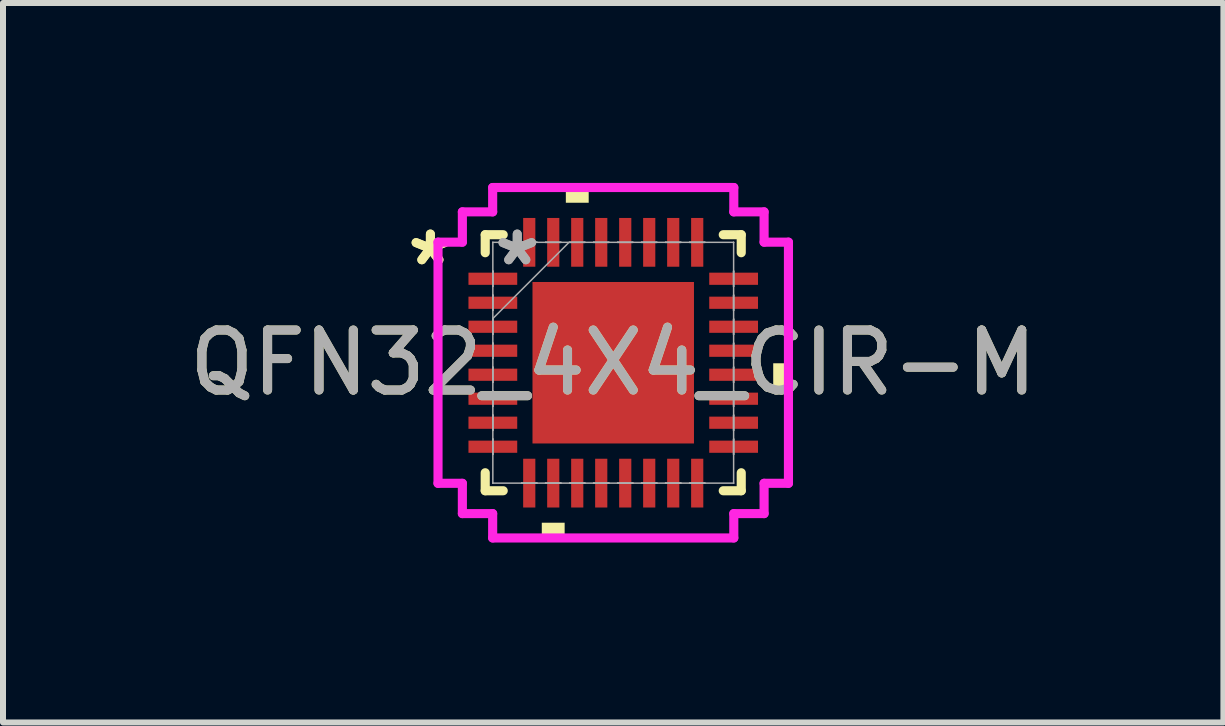
<source format=kicad_pcb>
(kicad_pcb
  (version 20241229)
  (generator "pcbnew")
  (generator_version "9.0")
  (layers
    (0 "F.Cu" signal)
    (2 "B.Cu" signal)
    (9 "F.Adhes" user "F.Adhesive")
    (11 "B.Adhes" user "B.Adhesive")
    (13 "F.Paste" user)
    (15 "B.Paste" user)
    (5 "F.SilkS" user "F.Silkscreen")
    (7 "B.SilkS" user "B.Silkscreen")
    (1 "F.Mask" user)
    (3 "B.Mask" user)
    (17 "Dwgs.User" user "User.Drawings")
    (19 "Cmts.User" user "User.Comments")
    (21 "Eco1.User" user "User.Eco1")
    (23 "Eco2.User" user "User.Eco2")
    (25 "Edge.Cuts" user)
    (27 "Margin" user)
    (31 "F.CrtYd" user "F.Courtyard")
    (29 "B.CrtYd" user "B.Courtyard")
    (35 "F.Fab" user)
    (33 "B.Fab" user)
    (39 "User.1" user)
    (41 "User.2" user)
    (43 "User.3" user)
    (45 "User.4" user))
  (footprint "QFN32_4X4_CIR-M"
    (layer "F.Cu")
    (at 7.173 2.997)
    (property "Reference" "QFN32_4X4_CIR-M" (at 0 0 0) (unlocked yes) (layer "F.SilkS") (effects (font (size 1 1) (thickness 0.15))))
    (attr smd)
    (fp_line (start -2.134 -2.134) (end -2.134 -1.834) (stroke (width 0.152) (type solid)) (layer "F.SilkS"))
    (fp_line (start -2.134 1.834) (end -2.134 2.134) (stroke (width 0.152) (type solid)) (layer "F.SilkS"))
    (fp_line (start -2.134 2.134) (end -1.834 2.134) (stroke (width 0.152) (type solid)) (layer "F.SilkS"))
    (fp_line (start -1.834 -2.134) (end -2.134 -2.134) (stroke (width 0.152) (type solid)) (layer "F.SilkS"))
    (fp_line (start 1.834 2.134) (end 2.134 2.134) (stroke (width 0.152) (type solid)) (layer "F.SilkS"))
    (fp_line (start 2.134 -2.134) (end 1.834 -2.134) (stroke (width 0.152) (type solid)) (layer "F.SilkS"))
    (fp_line (start 2.134 -1.834) (end 2.134 -2.134) (stroke (width 0.152) (type solid)) (layer "F.SilkS"))
    (fp_line (start 2.134 2.134) (end 2.134 1.834) (stroke (width 0.152) (type solid)) (layer "F.SilkS"))
    (fp_poly (pts (xy -1.191 2.667) (xy -1.191 2.921) (xy -0.81 2.921) (xy -0.81 2.667)) (stroke (width 0) (type solid)) (fill yes) (layer "F.SilkS"))
    (fp_poly (pts (xy -0.79 -2.667) (xy -0.79 -2.921) (xy -0.409 -2.921) (xy -0.409 -2.667)) (stroke (width 0) (type solid)) (fill yes) (layer "F.SilkS"))
    (fp_poly (pts (xy 2.921 0.009) (xy 2.921 0.391) (xy 2.667 0.391) (xy 2.667 0.009)) (stroke (width 0) (type solid)) (fill yes) (layer "F.SilkS"))
    (fp_poly (pts (xy -1.246 -1.246) (xy -1.246 -0.1) (xy -0.1 -0.1) (xy -0.1 -1.246)) (stroke (width 0) (type solid)) (fill yes) (layer "F.Paste"))
    (fp_poly (pts (xy -1.246 0.1) (xy -1.246 1.246) (xy -0.1 1.246) (xy -0.1 0.1)) (stroke (width 0) (type solid)) (fill yes) (layer "F.Paste"))
    (fp_poly (pts (xy 0.1 -1.246) (xy 0.1 -0.1) (xy 1.246 -0.1) (xy 1.246 -1.246)) (stroke (width 0) (type solid)) (fill yes) (layer "F.Paste"))
    (fp_poly (pts (xy 0.1 0.1) (xy 0.1 1.246) (xy 1.246 1.246) (xy 1.246 0.1)) (stroke (width 0) (type solid)) (fill yes) (layer "F.Paste"))
    (fp_line (start -2.921 -2.01) (end -2.515 -2.01) (stroke (width 0.152) (type solid)) (layer "F.CrtYd"))
    (fp_line (start -2.921 2.01) (end -2.921 -2.01) (stroke (width 0.152) (type solid)) (layer "F.CrtYd"))
    (fp_line (start -2.515 -2.515) (end -2.01 -2.515) (stroke (width 0.152) (type solid)) (layer "F.CrtYd"))
    (fp_line (start -2.515 -2.01) (end -2.515 -2.515) (stroke (width 0.152) (type solid)) (layer "F.CrtYd"))
    (fp_line (start -2.515 2.01) (end -2.921 2.01) (stroke (width 0.152) (type solid)) (layer "F.CrtYd"))
    (fp_line (start -2.515 2.515) (end -2.515 2.01) (stroke (width 0.152) (type solid)) (layer "F.CrtYd"))
    (fp_line (start -2.01 -2.921) (end 2.01 -2.921) (stroke (width 0.152) (type solid)) (layer "F.CrtYd"))
    (fp_line (start -2.01 -2.515) (end -2.01 -2.921) (stroke (width 0.152) (type solid)) (layer "F.CrtYd"))
    (fp_line (start -2.01 2.515) (end -2.515 2.515) (stroke (width 0.152) (type solid)) (layer "F.CrtYd"))
    (fp_line (start -2.01 2.921) (end -2.01 2.515) (stroke (width 0.152) (type solid)) (layer "F.CrtYd"))
    (fp_line (start 2.01 -2.921) (end 2.01 -2.515) (stroke (width 0.152) (type solid)) (layer "F.CrtYd"))
    (fp_line (start 2.01 -2.515) (end 2.515 -2.515) (stroke (width 0.152) (type solid)) (layer "F.CrtYd"))
    (fp_line (start 2.01 2.515) (end 2.01 2.921) (stroke (width 0.152) (type solid)) (layer "F.CrtYd"))
    (fp_line (start 2.01 2.921) (end -2.01 2.921) (stroke (width 0.152) (type solid)) (layer "F.CrtYd"))
    (fp_line (start 2.515 -2.515) (end 2.515 -2.01) (stroke (width 0.152) (type solid)) (layer "F.CrtYd"))
    (fp_line (start 2.515 -2.01) (end 2.921 -2.01) (stroke (width 0.152) (type solid)) (layer "F.CrtYd"))
    (fp_line (start 2.515 2.01) (end 2.515 2.515) (stroke (width 0.152) (type solid)) (layer "F.CrtYd"))
    (fp_line (start 2.515 2.515) (end 2.01 2.515) (stroke (width 0.152) (type solid)) (layer "F.CrtYd"))
    (fp_line (start 2.921 -2.01) (end 2.921 2.01) (stroke (width 0.152) (type solid)) (layer "F.CrtYd"))
    (fp_line (start 2.921 2.01) (end 2.515 2.01) (stroke (width 0.152) (type solid)) (layer "F.CrtYd"))
    (fp_line (start -2.007 -2.007) (end -2.007 -2.007) (stroke (width 0.025) (type solid)) (layer "F.Fab"))
    (fp_line (start -2.007 -2.007) (end -2.007 2.007) (stroke (width 0.025) (type solid)) (layer "F.Fab"))
    (fp_line (start -2.007 -1.527) (end -2.007 -1.527) (stroke (width 0.025) (type solid)) (layer "F.Fab"))
    (fp_line (start -2.007 -1.527) (end -2.007 -1.273) (stroke (width 0.025) (type solid)) (layer "F.Fab"))
    (fp_line (start -2.007 -1.273) (end -2.007 -1.527) (stroke (width 0.025) (type solid)) (layer "F.Fab"))
    (fp_line (start -2.007 -1.273) (end -2.007 -1.273) (stroke (width 0.025) (type solid)) (layer "F.Fab"))
    (fp_line (start -2.007 -1.127) (end -2.007 -1.127) (stroke (width 0.025) (type solid)) (layer "F.Fab"))
    (fp_line (start -2.007 -1.127) (end -2.007 -0.873) (stroke (width 0.025) (type solid)) (layer "F.Fab"))
    (fp_line (start -2.007 -0.873) (end -2.007 -1.127) (stroke (width 0.025) (type solid)) (layer "F.Fab"))
    (fp_line (start -2.007 -0.873) (end -2.007 -0.873) (stroke (width 0.025) (type solid)) (layer "F.Fab"))
    (fp_line (start -2.007 -0.737) (end -0.737 -2.007) (stroke (width 0.025) (type solid)) (layer "F.Fab"))
    (fp_line (start -2.007 -0.727) (end -2.007 -0.727) (stroke (width 0.025) (type solid)) (layer "F.Fab"))
    (fp_line (start -2.007 -0.727) (end -2.007 -0.473) (stroke (width 0.025) (type solid)) (layer "F.Fab"))
    (fp_line (start -2.007 -0.473) (end -2.007 -0.727) (stroke (width 0.025) (type solid)) (layer "F.Fab"))
    (fp_line (start -2.007 -0.473) (end -2.007 -0.473) (stroke (width 0.025) (type solid)) (layer "F.Fab"))
    (fp_line (start -2.007 -0.327) (end -2.007 -0.327) (stroke (width 0.025) (type solid)) (layer "F.Fab"))
    (fp_line (start -2.007 -0.327) (end -2.007 -0.073) (stroke (width 0.025) (type solid)) (layer "F.Fab"))
    (fp_line (start -2.007 -0.073) (end -2.007 -0.327) (stroke (width 0.025) (type solid)) (layer "F.Fab"))
    (fp_line (start -2.007 -0.073) (end -2.007 -0.073) (stroke (width 0.025) (type solid)) (layer "F.Fab"))
    (fp_line (start -2.007 0.073) (end -2.007 0.073) (stroke (width 0.025) (type solid)) (layer "F.Fab"))
    (fp_line (start -2.007 0.073) (end -2.007 0.327) (stroke (width 0.025) (type solid)) (layer "F.Fab"))
    (fp_line (start -2.007 0.327) (end -2.007 0.073) (stroke (width 0.025) (type solid)) (layer "F.Fab"))
    (fp_line (start -2.007 0.327) (end -2.007 0.327) (stroke (width 0.025) (type solid)) (layer "F.Fab"))
    (fp_line (start -2.007 0.473) (end -2.007 0.473) (stroke (width 0.025) (type solid)) (layer "F.Fab"))
    (fp_line (start -2.007 0.473) (end -2.007 0.727) (stroke (width 0.025) (type solid)) (layer "F.Fab"))
    (fp_line (start -2.007 0.727) (end -2.007 0.473) (stroke (width 0.025) (type solid)) (layer "F.Fab"))
    (fp_line (start -2.007 0.727) (end -2.007 0.727) (stroke (width 0.025) (type solid)) (layer "F.Fab"))
    (fp_line (start -2.007 0.873) (end -2.007 0.873) (stroke (width 0.025) (type solid)) (layer "F.Fab"))
    (fp_line (start -2.007 0.873) (end -2.007 1.127) (stroke (width 0.025) (type solid)) (layer "F.Fab"))
    (fp_line (start -2.007 1.127) (end -2.007 0.873) (stroke (width 0.025) (type solid)) (layer "F.Fab"))
    (fp_line (start -2.007 1.127) (end -2.007 1.127) (stroke (width 0.025) (type solid)) (layer "F.Fab"))
    (fp_line (start -2.007 1.273) (end -2.007 1.273) (stroke (width 0.025) (type solid)) (layer "F.Fab"))
    (fp_line (start -2.007 1.273) (end -2.007 1.527) (stroke (width 0.025) (type solid)) (layer "F.Fab"))
    (fp_line (start -2.007 1.527) (end -2.007 1.273) (stroke (width 0.025) (type solid)) (layer "F.Fab"))
    (fp_line (start -2.007 1.527) (end -2.007 1.527) (stroke (width 0.025) (type solid)) (layer "F.Fab"))
    (fp_line (start -2.007 2.007) (end -2.007 2.007) (stroke (width 0.025) (type solid)) (layer "F.Fab"))
    (fp_line (start -2.007 2.007) (end 2.007 2.007) (stroke (width 0.025) (type solid)) (layer "F.Fab"))
    (fp_line (start -1.527 -2.007) (end -1.527 -2.007) (stroke (width 0.025) (type solid)) (layer "F.Fab"))
    (fp_line (start -1.527 -2.007) (end -1.273 -2.007) (stroke (width 0.025) (type solid)) (layer "F.Fab"))
    (fp_line (start -1.527 2.007) (end -1.527 2.007) (stroke (width 0.025) (type solid)) (layer "F.Fab"))
    (fp_line (start -1.527 2.007) (end -1.273 2.007) (stroke (width 0.025) (type solid)) (layer "F.Fab"))
    (fp_line (start -1.273 -2.007) (end -1.527 -2.007) (stroke (width 0.025) (type solid)) (layer "F.Fab"))
    (fp_line (start -1.273 -2.007) (end -1.273 -2.007) (stroke (width 0.025) (type solid)) (layer "F.Fab"))
    (fp_line (start -1.273 2.007) (end -1.527 2.007) (stroke (width 0.025) (type solid)) (layer "F.Fab"))
    (fp_line (start -1.273 2.007) (end -1.273 2.007) (stroke (width 0.025) (type solid)) (layer "F.Fab"))
    (fp_line (start -1.127 -2.007) (end -1.127 -2.007) (stroke (width 0.025) (type solid)) (layer "F.Fab"))
    (fp_line (start -1.127 -2.007) (end -0.873 -2.007) (stroke (width 0.025) (type solid)) (layer "F.Fab"))
    (fp_line (start -1.127 2.007) (end -1.127 2.007) (stroke (width 0.025) (type solid)) (layer "F.Fab"))
    (fp_line (start -1.127 2.007) (end -0.873 2.007) (stroke (width 0.025) (type solid)) (layer "F.Fab"))
    (fp_line (start -0.873 -2.007) (end -1.127 -2.007) (stroke (width 0.025) (type solid)) (layer "F.Fab"))
    (fp_line (start -0.873 -2.007) (end -0.873 -2.007) (stroke (width 0.025) (type solid)) (layer "F.Fab"))
    (fp_line (start -0.873 2.007) (end -1.127 2.007) (stroke (width 0.025) (type solid)) (layer "F.Fab"))
    (fp_line (start -0.873 2.007) (end -0.873 2.007) (stroke (width 0.025) (type solid)) (layer "F.Fab"))
    (fp_line (start -0.727 -2.007) (end -0.727 -2.007) (stroke (width 0.025) (type solid)) (layer "F.Fab"))
    (fp_line (start -0.727 -2.007) (end -0.473 -2.007) (stroke (width 0.025) (type solid)) (layer "F.Fab"))
    (fp_line (start -0.727 2.007) (end -0.727 2.007) (stroke (width 0.025) (type solid)) (layer "F.Fab"))
    (fp_line (start -0.727 2.007) (end -0.473 2.007) (stroke (width 0.025) (type solid)) (layer "F.Fab"))
    (fp_line (start -0.473 -2.007) (end -0.727 -2.007) (stroke (width 0.025) (type solid)) (layer "F.Fab"))
    (fp_line (start -0.473 -2.007) (end -0.473 -2.007) (stroke (width 0.025) (type solid)) (layer "F.Fab"))
    (fp_line (start -0.473 2.007) (end -0.727 2.007) (stroke (width 0.025) (type solid)) (layer "F.Fab"))
    (fp_line (start -0.473 2.007) (end -0.473 2.007) (stroke (width 0.025) (type solid)) (layer "F.Fab"))
    (fp_line (start -0.327 -2.007) (end -0.327 -2.007) (stroke (width 0.025) (type solid)) (layer "F.Fab"))
    (fp_line (start -0.327 -2.007) (end -0.073 -2.007) (stroke (width 0.025) (type solid)) (layer "F.Fab"))
    (fp_line (start -0.327 2.007) (end -0.327 2.007) (stroke (width 0.025) (type solid)) (layer "F.Fab"))
    (fp_line (start -0.327 2.007) (end -0.073 2.007) (stroke (width 0.025) (type solid)) (layer "F.Fab"))
    (fp_line (start -0.073 -2.007) (end -0.327 -2.007) (stroke (width 0.025) (type solid)) (layer "F.Fab"))
    (fp_line (start -0.073 -2.007) (end -0.073 -2.007) (stroke (width 0.025) (type solid)) (layer "F.Fab"))
    (fp_line (start -0.073 2.007) (end -0.327 2.007) (stroke (width 0.025) (type solid)) (layer "F.Fab"))
    (fp_line (start -0.073 2.007) (end -0.073 2.007) (stroke (width 0.025) (type solid)) (layer "F.Fab"))
    (fp_line (start 0.073 -2.007) (end 0.073 -2.007) (stroke (width 0.025) (type solid)) (layer "F.Fab"))
    (fp_line (start 0.073 -2.007) (end 0.327 -2.007) (stroke (width 0.025) (type solid)) (layer "F.Fab"))
    (fp_line (start 0.073 2.007) (end 0.073 2.007) (stroke (width 0.025) (type solid)) (layer "F.Fab"))
    (fp_line (start 0.073 2.007) (end 0.327 2.007) (stroke (width 0.025) (type solid)) (layer "F.Fab"))
    (fp_line (start 0.327 -2.007) (end 0.073 -2.007) (stroke (width 0.025) (type solid)) (layer "F.Fab"))
    (fp_line (start 0.327 -2.007) (end 0.327 -2.007) (stroke (width 0.025) (type solid)) (layer "F.Fab"))
    (fp_line (start 0.327 2.007) (end 0.073 2.007) (stroke (width 0.025) (type solid)) (layer "F.Fab"))
    (fp_line (start 0.327 2.007) (end 0.327 2.007) (stroke (width 0.025) (type solid)) (layer "F.Fab"))
    (fp_line (start 0.473 -2.007) (end 0.473 -2.007) (stroke (width 0.025) (type solid)) (layer "F.Fab"))
    (fp_line (start 0.473 -2.007) (end 0.727 -2.007) (stroke (width 0.025) (type solid)) (layer "F.Fab"))
    (fp_line (start 0.473 2.007) (end 0.473 2.007) (stroke (width 0.025) (type solid)) (layer "F.Fab"))
    (fp_line (start 0.473 2.007) (end 0.727 2.007) (stroke (width 0.025) (type solid)) (layer "F.Fab"))
    (fp_line (start 0.727 -2.007) (end 0.473 -2.007) (stroke (width 0.025) (type solid)) (layer "F.Fab"))
    (fp_line (start 0.727 -2.007) (end 0.727 -2.007) (stroke (width 0.025) (type solid)) (layer "F.Fab"))
    (fp_line (start 0.727 2.007) (end 0.473 2.007) (stroke (width 0.025) (type solid)) (layer "F.Fab"))
    (fp_line (start 0.727 2.007) (end 0.727 2.007) (stroke (width 0.025) (type solid)) (layer "F.Fab"))
    (fp_line (start 0.873 -2.007) (end 0.873 -2.007) (stroke (width 0.025) (type solid)) (layer "F.Fab"))
    (fp_line (start 0.873 -2.007) (end 1.127 -2.007) (stroke (width 0.025) (type solid)) (layer "F.Fab"))
    (fp_line (start 0.873 2.007) (end 0.873 2.007) (stroke (width 0.025) (type solid)) (layer "F.Fab"))
    (fp_line (start 0.873 2.007) (end 1.127 2.007) (stroke (width 0.025) (type solid)) (layer "F.Fab"))
    (fp_line (start 1.127 -2.007) (end 0.873 -2.007) (stroke (width 0.025) (type solid)) (layer "F.Fab"))
    (fp_line (start 1.127 -2.007) (end 1.127 -2.007) (stroke (width 0.025) (type solid)) (layer "F.Fab"))
    (fp_line (start 1.127 2.007) (end 0.873 2.007) (stroke (width 0.025) (type solid)) (layer "F.Fab"))
    (fp_line (start 1.127 2.007) (end 1.127 2.007) (stroke (width 0.025) (type solid)) (layer "F.Fab"))
    (fp_line (start 1.273 -2.007) (end 1.273 -2.007) (stroke (width 0.025) (type solid)) (layer "F.Fab"))
    (fp_line (start 1.273 -2.007) (end 1.527 -2.007) (stroke (width 0.025) (type solid)) (layer "F.Fab"))
    (fp_line (start 1.273 2.007) (end 1.273 2.007) (stroke (width 0.025) (type solid)) (layer "F.Fab"))
    (fp_line (start 1.273 2.007) (end 1.527 2.007) (stroke (width 0.025) (type solid)) (layer "F.Fab"))
    (fp_line (start 1.527 -2.007) (end 1.273 -2.007) (stroke (width 0.025) (type solid)) (layer "F.Fab"))
    (fp_line (start 1.527 -2.007) (end 1.527 -2.007) (stroke (width 0.025) (type solid)) (layer "F.Fab"))
    (fp_line (start 1.527 2.007) (end 1.273 2.007) (stroke (width 0.025) (type solid)) (layer "F.Fab"))
    (fp_line (start 1.527 2.007) (end 1.527 2.007) (stroke (width 0.025) (type solid)) (layer "F.Fab"))
    (fp_line (start 2.007 -2.007) (end -2.007 -2.007) (stroke (width 0.025) (type solid)) (layer "F.Fab"))
    (fp_line (start 2.007 -2.007) (end 2.007 -2.007) (stroke (width 0.025) (type solid)) (layer "F.Fab"))
    (fp_line (start 2.007 -1.527) (end 2.007 -1.527) (stroke (width 0.025) (type solid)) (layer "F.Fab"))
    (fp_line (start 2.007 -1.527) (end 2.007 -1.273) (stroke (width 0.025) (type solid)) (layer "F.Fab"))
    (fp_line (start 2.007 -1.273) (end 2.007 -1.527) (stroke (width 0.025) (type solid)) (layer "F.Fab"))
    (fp_line (start 2.007 -1.273) (end 2.007 -1.273) (stroke (width 0.025) (type solid)) (layer "F.Fab"))
    (fp_line (start 2.007 -1.127) (end 2.007 -1.127) (stroke (width 0.025) (type solid)) (layer "F.Fab"))
    (fp_line (start 2.007 -1.127) (end 2.007 -0.873) (stroke (width 0.025) (type solid)) (layer "F.Fab"))
    (fp_line (start 2.007 -0.873) (end 2.007 -1.127) (stroke (width 0.025) (type solid)) (layer "F.Fab"))
    (fp_line (start 2.007 -0.873) (end 2.007 -0.873) (stroke (width 0.025) (type solid)) (layer "F.Fab"))
    (fp_line (start 2.007 -0.727) (end 2.007 -0.727) (stroke (width 0.025) (type solid)) (layer "F.Fab"))
    (fp_line (start 2.007 -0.727) (end 2.007 -0.473) (stroke (width 0.025) (type solid)) (layer "F.Fab"))
    (fp_line (start 2.007 -0.473) (end 2.007 -0.727) (stroke (width 0.025) (type solid)) (layer "F.Fab"))
    (fp_line (start 2.007 -0.473) (end 2.007 -0.473) (stroke (width 0.025) (type solid)) (layer "F.Fab"))
    (fp_line (start 2.007 -0.327) (end 2.007 -0.327) (stroke (width 0.025) (type solid)) (layer "F.Fab"))
    (fp_line (start 2.007 -0.327) (end 2.007 -0.073) (stroke (width 0.025) (type solid)) (layer "F.Fab"))
    (fp_line (start 2.007 -0.073) (end 2.007 -0.327) (stroke (width 0.025) (type solid)) (layer "F.Fab"))
    (fp_line (start 2.007 -0.073) (end 2.007 -0.073) (stroke (width 0.025) (type solid)) (layer "F.Fab"))
    (fp_line (start 2.007 0.073) (end 2.007 0.073) (stroke (width 0.025) (type solid)) (layer "F.Fab"))
    (fp_line (start 2.007 0.073) (end 2.007 0.327) (stroke (width 0.025) (type solid)) (layer "F.Fab"))
    (fp_line (start 2.007 0.327) (end 2.007 0.073) (stroke (width 0.025) (type solid)) (layer "F.Fab"))
    (fp_line (start 2.007 0.327) (end 2.007 0.327) (stroke (width 0.025) (type solid)) (layer "F.Fab"))
    (fp_line (start 2.007 0.473) (end 2.007 0.473) (stroke (width 0.025) (type solid)) (layer "F.Fab"))
    (fp_line (start 2.007 0.473) (end 2.007 0.727) (stroke (width 0.025) (type solid)) (layer "F.Fab"))
    (fp_line (start 2.007 0.727) (end 2.007 0.473) (stroke (width 0.025) (type solid)) (layer "F.Fab"))
    (fp_line (start 2.007 0.727) (end 2.007 0.727) (stroke (width 0.025) (type solid)) (layer "F.Fab"))
    (fp_line (start 2.007 0.873) (end 2.007 0.873) (stroke (width 0.025) (type solid)) (layer "F.Fab"))
    (fp_line (start 2.007 0.873) (end 2.007 1.127) (stroke (width 0.025) (type solid)) (layer "F.Fab"))
    (fp_line (start 2.007 1.127) (end 2.007 0.873) (stroke (width 0.025) (type solid)) (layer "F.Fab"))
    (fp_line (start 2.007 1.127) (end 2.007 1.127) (stroke (width 0.025) (type solid)) (layer "F.Fab"))
    (fp_line (start 2.007 1.273) (end 2.007 1.273) (stroke (width 0.025) (type solid)) (layer "F.Fab"))
    (fp_line (start 2.007 1.273) (end 2.007 1.527) (stroke (width 0.025) (type solid)) (layer "F.Fab"))
    (fp_line (start 2.007 1.527) (end 2.007 1.273) (stroke (width 0.025) (type solid)) (layer "F.Fab"))
    (fp_line (start 2.007 1.527) (end 2.007 1.527) (stroke (width 0.025) (type solid)) (layer "F.Fab"))
    (fp_line (start 2.007 2.007) (end 2.007 -2.007) (stroke (width 0.025) (type solid)) (layer "F.Fab"))
    (fp_line (start 2.007 2.007) (end 2.007 2.007) (stroke (width 0.025) (type solid)) (layer "F.Fab"))
    (fp_text user "*" (at -3.048 -1.6 0) (unlocked yes) (layer "F.SilkS") (effects (font (size 1 1) (thickness 0.15))))
    (fp_text user "*" (at -3.048 -1.6 0) (layer "F.SilkS") (effects (font (size 1 1) (thickness 0.15))))
    (fp_text user "${REFERENCE}" (at 0 0 0) (unlocked yes) (layer "F.Fab") (effects (font (size 1 1) (thickness 0.15))))
    (fp_text user "*" (at -1.6 -1.6 0) (unlocked yes) (layer "F.Fab") (effects (font (size 1 1) (thickness 0.15))))
    (fp_text user "*" (at -1.6 -1.6 0) (layer "F.Fab") (effects (font (size 1 1) (thickness 0.15))))
    (pad "1" smd rect (at -2.007 -1.4 90) (size 0.203 0.813) (layers "F.Cu" "F.Mask" "F.Paste"))
    (pad "2" smd rect (at -2.007 -1 90) (size 0.203 0.813) (layers "F.Cu" "F.Mask" "F.Paste"))
    (pad "3" smd rect (at -2.007 -0.6 90) (size 0.203 0.813) (layers "F.Cu" "F.Mask" "F.Paste"))
    (pad "4" smd rect (at -2.007 -0.2 90) (size 0.203 0.813) (layers "F.Cu" "F.Mask" "F.Paste"))
    (pad "5" smd rect (at -2.007 0.2 90) (size 0.203 0.813) (layers "F.Cu" "F.Mask" "F.Paste"))
    (pad "6" smd rect (at -2.007 0.6 90) (size 0.203 0.813) (layers "F.Cu" "F.Mask" "F.Paste"))
    (pad "7" smd rect (at -2.007 1 90) (size 0.203 0.813) (layers "F.Cu" "F.Mask" "F.Paste"))
    (pad "8" smd rect (at -2.007 1.4 90) (size 0.203 0.813) (layers "F.Cu" "F.Mask" "F.Paste"))
    (pad "9" smd rect (at -1.4 2.007) (size 0.203 0.813) (layers "F.Cu" "F.Mask" "F.Paste"))
    (pad "10" smd rect (at -1 2.007) (size 0.203 0.813) (layers "F.Cu" "F.Mask" "F.Paste"))
    (pad "11" smd rect (at -0.6 2.007) (size 0.203 0.813) (layers "F.Cu" "F.Mask" "F.Paste"))
    (pad "12" smd rect (at -0.2 2.007) (size 0.203 0.813) (layers "F.Cu" "F.Mask" "F.Paste"))
    (pad "13" smd rect (at 0.2 2.007) (size 0.203 0.813) (layers "F.Cu" "F.Mask" "F.Paste"))
    (pad "14" smd rect (at 0.6 2.007) (size 0.203 0.813) (layers "F.Cu" "F.Mask" "F.Paste"))
    (pad "15" smd rect (at 1 2.007) (size 0.203 0.813) (layers "F.Cu" "F.Mask" "F.Paste"))
    (pad "16" smd rect (at 1.4 2.007) (size 0.203 0.813) (layers "F.Cu" "F.Mask" "F.Paste"))
    (pad "17" smd rect (at 2.007 1.4 90) (size 0.203 0.813) (layers "F.Cu" "F.Mask" "F.Paste"))
    (pad "18" smd rect (at 2.007 1 90) (size 0.203 0.813) (layers "F.Cu" "F.Mask" "F.Paste"))
    (pad "19" smd rect (at 2.007 0.6 90) (size 0.203 0.813) (layers "F.Cu" "F.Mask" "F.Paste"))
    (pad "20" smd rect (at 2.007 0.2 90) (size 0.203 0.813) (layers "F.Cu" "F.Mask" "F.Paste"))
    (pad "21" smd rect (at 2.007 -0.2 90) (size 0.203 0.813) (layers "F.Cu" "F.Mask" "F.Paste"))
    (pad "22" smd rect (at 2.007 -0.6 90) (size 0.203 0.813) (layers "F.Cu" "F.Mask" "F.Paste"))
    (pad "23" smd rect (at 2.007 -1 90) (size 0.203 0.813) (layers "F.Cu" "F.Mask" "F.Paste"))
    (pad "24" smd rect (at 2.007 -1.4 90) (size 0.203 0.813) (layers "F.Cu" "F.Mask" "F.Paste"))
    (pad "25" smd rect (at 1.4 -2.007) (size 0.203 0.813) (layers "F.Cu" "F.Mask" "F.Paste"))
    (pad "26" smd rect (at 1 -2.007) (size 0.203 0.813) (layers "F.Cu" "F.Mask" "F.Paste"))
    (pad "27" smd rect (at 0.6 -2.007) (size 0.203 0.813) (layers "F.Cu" "F.Mask" "F.Paste"))
    (pad "28" smd rect (at 0.2 -2.007) (size 0.203 0.813) (layers "F.Cu" "F.Mask" "F.Paste"))
    (pad "29" smd rect (at -0.2 -2.007) (size 0.203 0.813) (layers "F.Cu" "F.Mask" "F.Paste"))
    (pad "30" smd rect (at -0.6 -2.007) (size 0.203 0.813) (layers "F.Cu" "F.Mask" "F.Paste"))
    (pad "31" smd rect (at -1 -2.007) (size 0.203 0.813) (layers "F.Cu" "F.Mask" "F.Paste"))
    (pad "32" smd rect (at -1.4 -2.007) (size 0.203 0.813) (layers "F.Cu" "F.Mask" "F.Paste"))
    (pad "33" smd rect (at 0 0) (size 2.692 2.692) (layers "F.Cu" "F.Mask")))
  (gr_rect
    (start -3 -3)
    (end 17.345 8.994)
    (stroke (width 0.1) (type default))
    (fill no)
    (layer "Edge.Cuts")))
</source>
